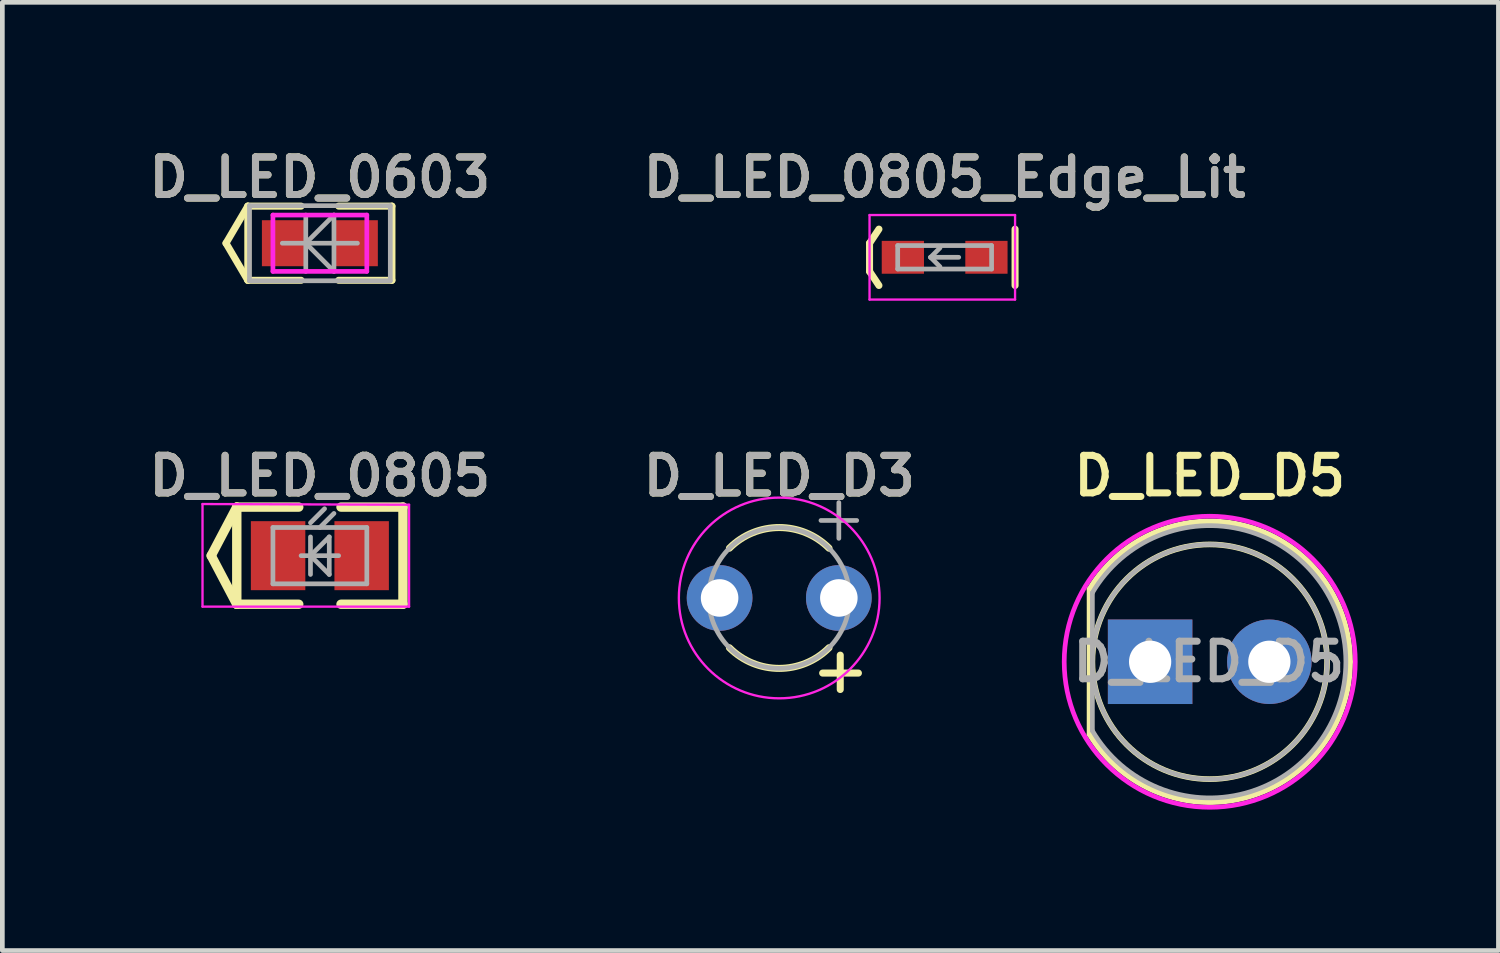
<source format=kicad_pcb>
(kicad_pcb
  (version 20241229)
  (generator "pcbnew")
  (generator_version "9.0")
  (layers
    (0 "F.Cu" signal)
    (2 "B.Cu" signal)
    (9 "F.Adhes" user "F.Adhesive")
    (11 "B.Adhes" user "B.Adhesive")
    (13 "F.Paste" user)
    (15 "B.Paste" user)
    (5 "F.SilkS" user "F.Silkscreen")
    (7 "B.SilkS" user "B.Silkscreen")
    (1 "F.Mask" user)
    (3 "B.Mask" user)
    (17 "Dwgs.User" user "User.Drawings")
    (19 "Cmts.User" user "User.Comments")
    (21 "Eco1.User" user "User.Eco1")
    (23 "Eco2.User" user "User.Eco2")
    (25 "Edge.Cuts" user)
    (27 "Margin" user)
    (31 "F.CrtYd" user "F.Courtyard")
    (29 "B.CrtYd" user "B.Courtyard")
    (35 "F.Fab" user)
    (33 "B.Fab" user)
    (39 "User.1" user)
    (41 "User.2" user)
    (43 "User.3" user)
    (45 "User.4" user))
  (footprint "D_LED_0603"
    (layer "F.Cu")
    (at 3.764 2.131)
    (property "Reference" "D_LED_0603" (at 0 -1.4 0) (layer "F.SilkS") (effects (font (size 0.8 0.8) (thickness 0.15))))
    (attr smd)
    (fp_line (start -2 0) (end -1.535 -0.79) (stroke (width 0.15) (type solid)) (layer "F.SilkS"))
    (fp_line (start -2 0) (end -1.535 0.79) (stroke (width 0.15) (type solid)) (layer "F.SilkS"))
    (fp_line (start -1.535 -0.79) (end -0.4 -0.79) (stroke (width 0.15) (type solid)) (layer "F.SilkS"))
    (fp_line (start -1.535 0.79) (end -1.535 -0.79) (stroke (width 0.15) (type solid)) (layer "F.SilkS"))
    (fp_line (start -1.535 0.79) (end -0.4 0.79) (stroke (width 0.15) (type solid)) (layer "F.SilkS"))
    (fp_line (start 0.4 -0.79) (end 1.535 -0.79) (stroke (width 0.15) (type solid)) (layer "F.SilkS"))
    (fp_line (start 0.4 0.79) (end 1.535 0.79) (stroke (width 0.15) (type solid)) (layer "F.SilkS"))
    (fp_line (start 1.535 0.79) (end 1.535 -0.79) (stroke (width 0.15) (type solid)) (layer "F.SilkS"))
    (fp_line (start -1 -0.6) (end 1 -0.6) (stroke (width 0.1) (type solid)) (layer "F.CrtYd"))
    (fp_line (start -1 0.6) (end -1 -0.6) (stroke (width 0.1) (type solid)) (layer "F.CrtYd"))
    (fp_line (start 1 -0.6) (end 1 0.6) (stroke (width 0.1) (type solid)) (layer "F.CrtYd"))
    (fp_line (start 1 0.6) (end -1 0.6) (stroke (width 0.1) (type solid)) (layer "F.CrtYd"))
    (fp_line (start -1.5 -0.8) (end 1.5 -0.8) (stroke (width 0.1) (type solid)) (layer "F.Fab"))
    (fp_line (start -1.5 0.8) (end -1.5 -0.8) (stroke (width 0.1) (type solid)) (layer "F.Fab"))
    (fp_line (start -1.5 0.8) (end -1.5 0.8) (stroke (width 0.1) (type solid)) (layer "F.Fab"))
    (fp_line (start -1.5 0.8) (end 1.5 0.8) (stroke (width 0.1) (type solid)) (layer "F.Fab"))
    (fp_line (start -0.8 0) (end 0.8 0) (stroke (width 0.1) (type solid)) (layer "F.Fab"))
    (fp_line (start -0.3 0) (end -0.3 0) (stroke (width 0.1) (type solid)) (layer "F.Fab"))
    (fp_line (start -0.3 0) (end 0.3 -0.6) (stroke (width 0.1) (type solid)) (layer "F.Fab"))
    (fp_line (start -0.3 0) (end 0.3 0.6) (stroke (width 0.1) (type solid)) (layer "F.Fab"))
    (fp_line (start -0.3 0.6) (end -0.3 -0.6) (stroke (width 0.1) (type solid)) (layer "F.Fab"))
    (fp_line (start 0.3 0.6) (end 0.3 -0.6) (stroke (width 0.1) (type solid)) (layer "F.Fab"))
    (fp_line (start 1.5 0.8) (end 1.5 -0.8) (stroke (width 0.1) (type solid)) (layer "F.Fab"))
    (fp_text user "${REFERENCE}" (at 0 -1.4 0) (layer "F.Fab") (effects (font (size 0.8 0.8) (thickness 0.15))))
    (pad "A" smd rect (at 0.77 0 180) (size 0.93 0.98) (layers "F.Cu" "F.Mask" "F.Paste"))
    (pad "K" smd rect (at -0.77 0 180) (size 0.93 0.98) (layers "F.Cu" "F.Mask" "F.Paste")))
  (footprint "D_LED_0805"
    (layer "F.Cu")
    (at 3.764 8.787)
    (property "Reference" "D_LED_0805" (at 0 -1.7 0) (layer "F.SilkS") (effects (font (size 0.8 0.8) (thickness 0.15))))
    (attr smd)
    (fp_line (start -2.315 0) (end -1.77 -1.035) (stroke (width 0.2) (type solid)) (layer "F.SilkS"))
    (fp_line (start -2.315 0) (end -1.77 1.035) (stroke (width 0.2) (type solid)) (layer "F.SilkS"))
    (fp_line (start -1.77 -1.035) (end -0.45 -1.035) (stroke (width 0.2) (type solid)) (layer "F.SilkS"))
    (fp_line (start -1.77 1.035) (end -1.77 -1.035) (stroke (width 0.2) (type solid)) (layer "F.SilkS"))
    (fp_line (start -1.77 1.035) (end -0.45 1.035) (stroke (width 0.2) (type solid)) (layer "F.SilkS"))
    (fp_line (start 0.45 -1.035) (end 1.77 -1.035) (stroke (width 0.2) (type solid)) (layer "F.SilkS"))
    (fp_line (start 0.45 1.035) (end 1.77 1.035) (stroke (width 0.2) (type solid)) (layer "F.SilkS"))
    (fp_line (start 1.77 1.035) (end 1.77 -1.035) (stroke (width 0.2) (type solid)) (layer "F.SilkS"))
    (fp_line (start -2.5 -1.1) (end 1.9 -1.085) (stroke (width 0.05) (type solid)) (layer "F.CrtYd"))
    (fp_line (start -2.5 1.085) (end -2.5 -1.1) (stroke (width 0.05) (type solid)) (layer "F.CrtYd"))
    (fp_line (start 1.9 -1.085) (end 1.9 1.085) (stroke (width 0.05) (type solid)) (layer "F.CrtYd"))
    (fp_line (start 1.9 1.085) (end -2.5 1.085) (stroke (width 0.05) (type solid)) (layer "F.CrtYd"))
    (fp_line (start -1 -0.6) (end 1 -0.6) (stroke (width 0.1) (type solid)) (layer "F.Fab"))
    (fp_line (start -1 0.6) (end -1 -0.6) (stroke (width 0.1) (type solid)) (layer "F.Fab"))
    (fp_line (start -0.4 0) (end 0.4 0) (stroke (width 0.1) (type solid)) (layer "F.Fab"))
    (fp_line (start -0.2 -0.7) (end 0.1 -1) (stroke (width 0.1) (type solid)) (layer "F.Fab"))
    (fp_line (start -0.2 0) (end 0.2 -0.4) (stroke (width 0.1) (type solid)) (layer "F.Fab"))
    (fp_line (start -0.2 0) (end 0.2 0.4) (stroke (width 0.1) (type solid)) (layer "F.Fab"))
    (fp_line (start -0.2 0.4) (end -0.2 -0.4) (stroke (width 0.1) (type solid)) (layer "F.Fab"))
    (fp_line (start 0 -0.6) (end 0.3 -0.9) (stroke (width 0.1) (type solid)) (layer "F.Fab"))
    (fp_line (start 0.2 0.4) (end 0.2 -0.4) (stroke (width 0.1) (type solid)) (layer "F.Fab"))
    (fp_line (start 1 -0.6) (end 1 0.6) (stroke (width 0.1) (type solid)) (layer "F.Fab"))
    (fp_line (start 1 0.6) (end -1 0.6) (stroke (width 0.1) (type solid)) (layer "F.Fab"))
    (fp_text user "${REFERENCE}" (at 0 -1.7 0) (layer "F.Fab") (effects (font (size 0.8 0.8) (thickness 0.15))))
    (pad "A" smd rect (at 0.89 0 180) (size 1.16 1.47) (layers "F.Cu" "F.Mask" "F.Paste"))
    (pad "K" smd rect (at -0.89 0 180) (size 1.16 1.47) (layers "F.Cu" "F.Mask" "F.Paste")))
  (footprint "D_LED_D5"
    (layer "F.Cu")
    (at 21.45 11.047)
    (property "Reference" "D_LED_D5" (at 1.27 -3.96 0) (layer "F.SilkS") (effects (font (size 0.8 0.8) (thickness 0.15))))
    (attr through_hole)
    (fp_line (start -1.29 -1.545) (end -1.29 1.545) (stroke (width 0.12) (type solid)) (layer "F.SilkS"))
    (fp_arc (start -1.29 -1.54483) (mid 2.072002 -2.880433) (end 4.26 0.000462) (stroke (width 0.12) (type solid)) (layer "F.SilkS"))
    (fp_arc (start 4.26 -0.000462) (mid 2.072002 2.880433) (end -1.29 1.54483) (stroke (width 0.12) (type solid)) (layer "F.SilkS"))
    (fp_circle (center 1.27 0) (end 3.77 0) (stroke (width 0.12) (type solid)) (fill no) (layer "F.SilkS"))
    (fp_circle (center 1.27 0) (end 4.37 0) (stroke (width 0.1) (type solid)) (fill no) (layer "F.CrtYd"))
    (fp_line (start -1.23 -1.47) (end -1.23 1.47) (stroke (width 0.1) (type solid)) (layer "F.Fab"))
    (fp_arc (start -1.23 -1.469694) (mid 4.17 0.000016) (end -1.230016 1.469666) (stroke (width 0.1) (type solid)) (layer "F.Fab"))
    (fp_circle (center 1.27 0) (end 3.77 0) (stroke (width 0.1) (type solid)) (fill no) (layer "F.Fab"))
    (fp_text user "${REFERENCE}" (at 1.25 0 0) (layer "F.Fab") (effects (font (size 0.8 0.8) (thickness 0.15))))
    (pad "A" thru_hole circle (at 2.54 0) (size 1.8 1.8) (drill 0.9) (layers "*.Cu" "*.Mask"))
    (pad "K" thru_hole rect (at 0 0) (size 1.8 1.8) (drill 0.9) (layers "*.Cu" "*.Mask")))
  (footprint "D_LED_D3"
    (layer "F.Cu")
    (at 13.549 9.688)
    (property "Reference" "D_LED_D3" (at 0 -2.6 0) (layer "F.SilkS") (effects (font (size 0.8 0.8) (thickness 0.15))))
    (attr through_hole)
    (fp_line (start 0.925 1.6) (end 1.687 1.6) (stroke (width 0.15) (type solid)) (layer "F.SilkS"))
    (fp_line (start 1.3 1.95) (end 1.3 1.218) (stroke (width 0.15) (type solid)) (layer "F.SilkS"))
    (fp_arc (start -1.06066 -1.06066) (mid 0 -1.5) (end 1.06066 -1.06066) (stroke (width 0.15) (type solid)) (layer "F.SilkS"))
    (fp_arc (start 1.06066 1.06066) (mid 0 1.5) (end -1.06066 1.06066) (stroke (width 0.15) (type solid)) (layer "F.SilkS"))
    (fp_circle (center 0 0) (end -0.4 -2.1) (stroke (width 0.05) (type solid)) (fill no) (layer "F.CrtYd"))
    (fp_line (start 0.889 -1.651) (end 1.651 -1.651) (stroke (width 0.1) (type solid)) (layer "F.Fab"))
    (fp_line (start 1.27 -1.27) (end 1.27 -2.032) (stroke (width 0.1) (type solid)) (layer "F.Fab"))
    (fp_circle (center 0 0) (end 1.5 0) (stroke (width 0.1) (type solid)) (fill no) (layer "F.Fab"))
    (fp_text user "${REFERENCE}" (at 0 -2.6 0) (layer "F.Fab") (effects (font (size 0.8 0.8) (thickness 0.15))))
    (pad "A" thru_hole circle (at 1.27 0) (size 1.4 1.4) (drill 0.8) (layers "*.Cu" "*.Mask"))
    (pad "K" thru_hole circle (at -1.27 0) (size 1.4 1.4) (drill 0.8) (layers "*.Cu" "*.Mask")))
  (footprint "D_LED_0805_Edge_Lit"
    (layer "F.Cu")
    (at 17.073 2.431)
    (property "Reference" "D_LED_0805_Edge_Lit" (at 0 -1.7 0) (layer "F.SilkS") (effects (font (size 0.8 0.8) (thickness 0.15))))
    (attr smd)
    (fp_line (start -1.6 -0.3) (end -1.4 -0.6) (stroke (width 0.15) (type solid)) (layer "F.SilkS"))
    (fp_line (start -1.6 0.3) (end -1.6 -0.3) (stroke (width 0.15) (type solid)) (layer "F.SilkS"))
    (fp_line (start -1.4 0.6) (end -1.6 0.3) (stroke (width 0.15) (type solid)) (layer "F.SilkS"))
    (fp_line (start 1.5 -0.6) (end 1.5 0.6) (stroke (width 0.15) (type solid)) (layer "F.SilkS"))
    (fp_line (start -1.6 -0.9) (end 1.5 -0.9) (stroke (width 0.05) (type solid)) (layer "F.CrtYd"))
    (fp_line (start -1.6 0.9) (end -1.6 -0.9) (stroke (width 0.05) (type solid)) (layer "F.CrtYd"))
    (fp_line (start 1.5 -0.9) (end 1.5 0.9) (stroke (width 0.05) (type solid)) (layer "F.CrtYd"))
    (fp_line (start 1.5 0.9) (end -1.6 0.9) (stroke (width 0.05) (type solid)) (layer "F.CrtYd"))
    (fp_line (start -1 -0.25) (end 1 -0.25) (stroke (width 0.1) (type solid)) (layer "F.Fab"))
    (fp_line (start -1 0.25) (end -1 -0.25) (stroke (width 0.1) (type solid)) (layer "F.Fab"))
    (fp_line (start -0.3 0) (end -0.1 -0.2) (stroke (width 0.1) (type solid)) (layer "F.Fab"))
    (fp_line (start -0.3 0) (end -0.1 0.2) (stroke (width 0.1) (type solid)) (layer "F.Fab"))
    (fp_line (start -0.3 0) (end 0.3 0) (stroke (width 0.1) (type solid)) (layer "F.Fab"))
    (fp_line (start 1 -0.25) (end 1 0.25) (stroke (width 0.1) (type solid)) (layer "F.Fab"))
    (fp_line (start 1 0.25) (end -1 0.25) (stroke (width 0.1) (type solid)) (layer "F.Fab"))
    (fp_text user "${REFERENCE}" (at 0 -1.7 0) (layer "F.Fab") (effects (font (size 0.8 0.8) (thickness 0.15))))
    (pad "A" smd rect (at 0.89 0 180) (size 0.9 0.7) (layers "F.Cu" "F.Mask" "F.Paste"))
    (pad "K" smd rect (at -0.89 0 180) (size 0.9 0.7) (layers "F.Cu" "F.Mask" "F.Paste")))
  (gr_rect
    (start -3 -3)
    (end 28.87 17.198)
    (stroke (width 0.1) (type default))
    (fill no)
    (layer "Edge.Cuts")))
</source>
